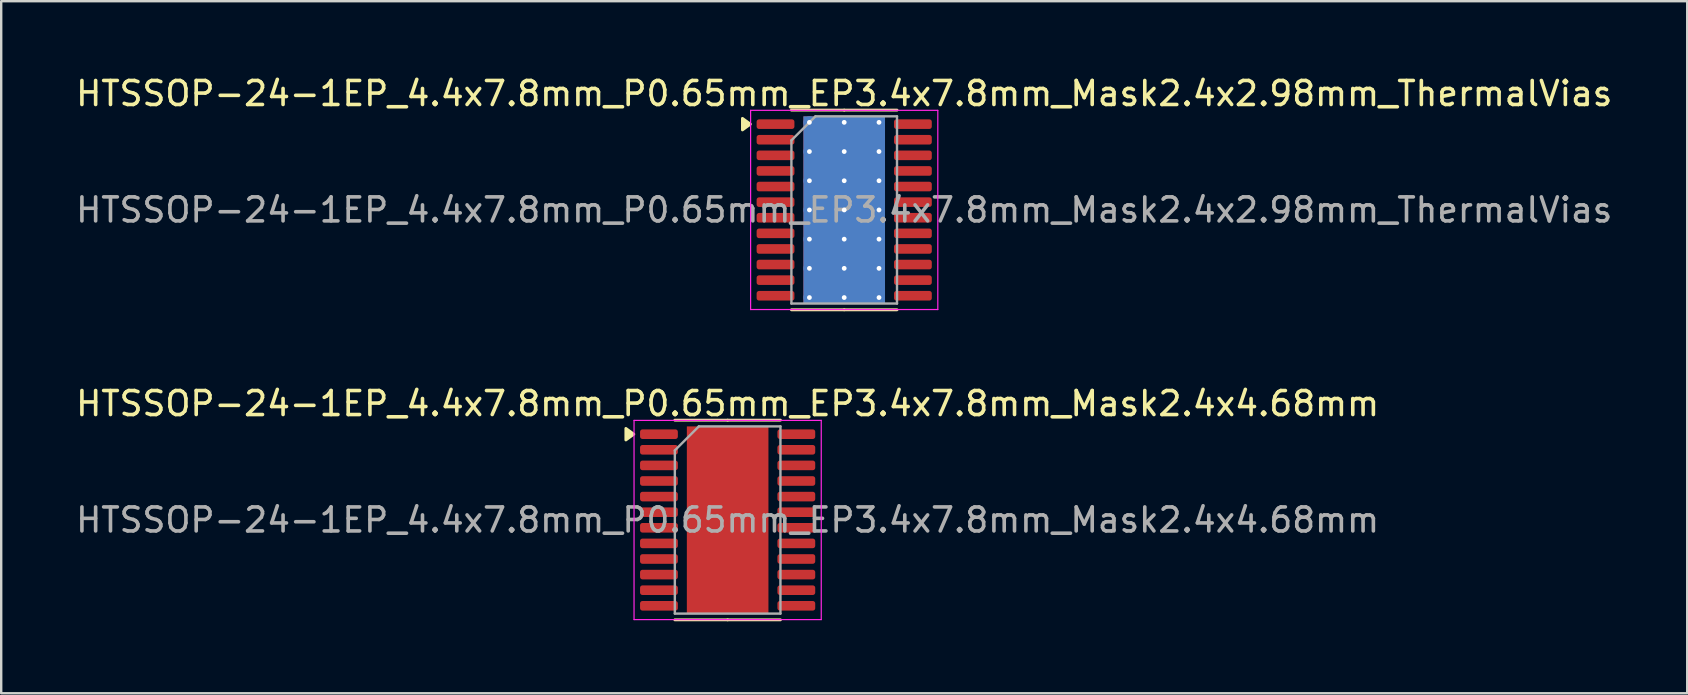
<source format=kicad_pcb>
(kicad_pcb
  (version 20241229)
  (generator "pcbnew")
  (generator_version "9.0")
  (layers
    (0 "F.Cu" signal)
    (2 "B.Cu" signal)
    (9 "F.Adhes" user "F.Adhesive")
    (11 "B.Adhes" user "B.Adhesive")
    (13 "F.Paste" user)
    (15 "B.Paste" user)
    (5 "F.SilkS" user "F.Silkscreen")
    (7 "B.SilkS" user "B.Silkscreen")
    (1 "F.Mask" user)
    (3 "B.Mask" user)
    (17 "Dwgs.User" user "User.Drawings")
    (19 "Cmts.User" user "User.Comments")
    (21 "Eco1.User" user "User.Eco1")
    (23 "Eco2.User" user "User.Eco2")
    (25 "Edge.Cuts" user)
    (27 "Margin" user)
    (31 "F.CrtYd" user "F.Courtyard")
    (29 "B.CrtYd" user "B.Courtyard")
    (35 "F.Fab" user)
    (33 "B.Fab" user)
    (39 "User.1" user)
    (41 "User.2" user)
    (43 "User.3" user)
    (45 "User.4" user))
  (footprint "HTSSOP-24-1EP_4.4x7.8mm_P0.65mm_EP3.4x7.8mm_Mask2.4x2.98mm_ThermalVias"
    (layer "F.Cu")
    (at 32.125 5.698)
    (property "Reference" "HTSSOP-24-1EP_4.4x7.8mm_P0.65mm_EP3.4x7.8mm_Mask2.4x2.98mm_ThermalVias" (at 0 -4.85 0) (layer "F.SilkS") (effects (font (size 1 1) (thickness 0.15))))
    (attr smd)
    (fp_line (start 0 -4.16) (end -2.2 -4.16) (stroke (width 0.12) (type solid)) (layer "F.SilkS"))
    (fp_line (start 0 -4.16) (end 2.2 -4.16) (stroke (width 0.12) (type solid)) (layer "F.SilkS"))
    (fp_line (start 0 4.16) (end -2.2 4.16) (stroke (width 0.12) (type solid)) (layer "F.SilkS"))
    (fp_line (start 0 4.16) (end 2.2 4.16) (stroke (width 0.12) (type solid)) (layer "F.SilkS"))
    (fp_poly (pts (xy -3.91 -3.575) (xy -4.24 -3.815) (xy -4.24 -3.335) (xy -3.91 -3.575)) (stroke (width 0.12) (type solid)) (fill yes) (layer "F.SilkS"))
    (fp_line (start -3.9 -4.15) (end -3.9 4.15) (stroke (width 0.05) (type solid)) (layer "F.CrtYd"))
    (fp_line (start -3.9 4.15) (end 3.9 4.15) (stroke (width 0.05) (type solid)) (layer "F.CrtYd"))
    (fp_line (start 3.9 -4.15) (end -3.9 -4.15) (stroke (width 0.05) (type solid)) (layer "F.CrtYd"))
    (fp_line (start 3.9 4.15) (end 3.9 -4.15) (stroke (width 0.05) (type solid)) (layer "F.CrtYd"))
    (fp_line (start -2.2 -2.9) (end -1.2 -3.9) (stroke (width 0.1) (type solid)) (layer "F.Fab"))
    (fp_line (start -2.2 3.9) (end -2.2 -2.9) (stroke (width 0.1) (type solid)) (layer "F.Fab"))
    (fp_line (start -1.2 -3.9) (end 2.2 -3.9) (stroke (width 0.1) (type solid)) (layer "F.Fab"))
    (fp_line (start 2.2 -3.9) (end 2.2 3.9) (stroke (width 0.1) (type solid)) (layer "F.Fab"))
    (fp_line (start 2.2 3.9) (end -2.2 3.9) (stroke (width 0.1) (type solid)) (layer "F.Fab"))
    (fp_text user "${REFERENCE}" (at 0 0 0) (layer "F.Fab") (effects (font (size 1 1) (thickness 0.15))))
    (pad "" smd roundrect (at 0 0) (size 1.93 2.4) (layers "F.Paste") (roundrect_rratio 0.13))
    (pad "" smd rect (at 0 0) (size 2.4 2.98) (layers "F.Mask"))
    (pad "1" smd roundrect (at -2.862 -3.575) (size 1.575 0.4) (layers "F.Cu" "F.Mask" "F.Paste") (roundrect_rratio 0.25))
    (pad "2" smd roundrect (at -2.862 -2.925) (size 1.575 0.4) (layers "F.Cu" "F.Mask" "F.Paste") (roundrect_rratio 0.25))
    (pad "3" smd roundrect (at -2.862 -2.275) (size 1.575 0.4) (layers "F.Cu" "F.Mask" "F.Paste") (roundrect_rratio 0.25))
    (pad "4" smd roundrect (at -2.862 -1.625) (size 1.575 0.4) (layers "F.Cu" "F.Mask" "F.Paste") (roundrect_rratio 0.25))
    (pad "5" smd roundrect (at -2.862 -0.975) (size 1.575 0.4) (layers "F.Cu" "F.Mask" "F.Paste") (roundrect_rratio 0.25))
    (pad "6" smd roundrect (at -2.862 -0.325) (size 1.575 0.4) (layers "F.Cu" "F.Mask" "F.Paste") (roundrect_rratio 0.25))
    (pad "7" smd roundrect (at -2.862 0.325) (size 1.575 0.4) (layers "F.Cu" "F.Mask" "F.Paste") (roundrect_rratio 0.25))
    (pad "8" smd roundrect (at -2.862 0.975) (size 1.575 0.4) (layers "F.Cu" "F.Mask" "F.Paste") (roundrect_rratio 0.25))
    (pad "9" smd roundrect (at -2.862 1.625) (size 1.575 0.4) (layers "F.Cu" "F.Mask" "F.Paste") (roundrect_rratio 0.25))
    (pad "10" smd roundrect (at -2.862 2.275) (size 1.575 0.4) (layers "F.Cu" "F.Mask" "F.Paste") (roundrect_rratio 0.25))
    (pad "11" smd roundrect (at -2.862 2.925) (size 1.575 0.4) (layers "F.Cu" "F.Mask" "F.Paste") (roundrect_rratio 0.25))
    (pad "12" smd roundrect (at -2.862 3.575) (size 1.575 0.4) (layers "F.Cu" "F.Mask" "F.Paste") (roundrect_rratio 0.25))
    (pad "13" smd roundrect (at 2.862 3.575) (size 1.575 0.4) (layers "F.Cu" "F.Mask" "F.Paste") (roundrect_rratio 0.25))
    (pad "14" smd roundrect (at 2.862 2.925) (size 1.575 0.4) (layers "F.Cu" "F.Mask" "F.Paste") (roundrect_rratio 0.25))
    (pad "15" smd roundrect (at 2.862 2.275) (size 1.575 0.4) (layers "F.Cu" "F.Mask" "F.Paste") (roundrect_rratio 0.25))
    (pad "16" smd roundrect (at 2.862 1.625) (size 1.575 0.4) (layers "F.Cu" "F.Mask" "F.Paste") (roundrect_rratio 0.25))
    (pad "17" smd roundrect (at 2.862 0.975) (size 1.575 0.4) (layers "F.Cu" "F.Mask" "F.Paste") (roundrect_rratio 0.25))
    (pad "18" smd roundrect (at 2.862 0.325) (size 1.575 0.4) (layers "F.Cu" "F.Mask" "F.Paste") (roundrect_rratio 0.25))
    (pad "19" smd roundrect (at 2.862 -0.325) (size 1.575 0.4) (layers "F.Cu" "F.Mask" "F.Paste") (roundrect_rratio 0.25))
    (pad "20" smd roundrect (at 2.862 -0.975) (size 1.575 0.4) (layers "F.Cu" "F.Mask" "F.Paste") (roundrect_rratio 0.25))
    (pad "21" smd roundrect (at 2.862 -1.625) (size 1.575 0.4) (layers "F.Cu" "F.Mask" "F.Paste") (roundrect_rratio 0.25))
    (pad "22" smd roundrect (at 2.862 -2.275) (size 1.575 0.4) (layers "F.Cu" "F.Mask" "F.Paste") (roundrect_rratio 0.25))
    (pad "23" smd roundrect (at 2.862 -2.925) (size 1.575 0.4) (layers "F.Cu" "F.Mask" "F.Paste") (roundrect_rratio 0.25))
    (pad "24" smd roundrect (at 2.862 -3.575) (size 1.575 0.4) (layers "F.Cu" "F.Mask" "F.Paste") (roundrect_rratio 0.25))
    (pad "25" thru_hole circle (at -1.45 -3.65) (size 0.5 0.5) (drill 0.2) (property pad_prop_heatsink) (layers "*.Cu"))
    (pad "25" thru_hole circle (at -1.45 -2.433) (size 0.5 0.5) (drill 0.2) (property pad_prop_heatsink) (layers "*.Cu"))
    (pad "25" thru_hole circle (at -1.45 -1.217) (size 0.5 0.5) (drill 0.2) (property pad_prop_heatsink) (layers "*.Cu"))
    (pad "25" thru_hole circle (at -1.45 0) (size 0.5 0.5) (drill 0.2) (property pad_prop_heatsink) (layers "*.Cu"))
    (pad "25" thru_hole circle (at -1.45 1.217) (size 0.5 0.5) (drill 0.2) (property pad_prop_heatsink) (layers "*.Cu"))
    (pad "25" thru_hole circle (at -1.45 2.433) (size 0.5 0.5) (drill 0.2) (property pad_prop_heatsink) (layers "*.Cu"))
    (pad "25" thru_hole circle (at -1.45 3.65) (size 0.5 0.5) (drill 0.2) (property pad_prop_heatsink) (layers "*.Cu"))
    (pad "25" thru_hole circle (at 0 -3.65) (size 0.5 0.5) (drill 0.2) (property pad_prop_heatsink) (layers "*.Cu"))
    (pad "25" thru_hole circle (at 0 -2.433) (size 0.5 0.5) (drill 0.2) (property pad_prop_heatsink) (layers "*.Cu"))
    (pad "25" thru_hole circle (at 0 -1.217) (size 0.5 0.5) (drill 0.2) (property pad_prop_heatsink) (layers "*.Cu"))
    (pad "25" thru_hole circle (at 0 0) (size 0.5 0.5) (drill 0.2) (property pad_prop_heatsink) (layers "*.Cu"))
    (pad "25" smd rect (at 0 0) (size 3.4 7.8) (property pad_prop_heatsink) (layers "F.Cu"))
    (pad "25" smd rect (at 0 0) (size 3.4 7.8) (property pad_prop_heatsink) (layers "B.Cu"))
    (pad "25" thru_hole circle (at 0 1.217) (size 0.5 0.5) (drill 0.2) (property pad_prop_heatsink) (layers "*.Cu"))
    (pad "25" thru_hole circle (at 0 2.433) (size 0.5 0.5) (drill 0.2) (property pad_prop_heatsink) (layers "*.Cu"))
    (pad "25" thru_hole circle (at 0 3.65) (size 0.5 0.5) (drill 0.2) (property pad_prop_heatsink) (layers "*.Cu"))
    (pad "25" thru_hole circle (at 1.45 -3.65) (size 0.5 0.5) (drill 0.2) (property pad_prop_heatsink) (layers "*.Cu"))
    (pad "25" thru_hole circle (at 1.45 -2.433) (size 0.5 0.5) (drill 0.2) (property pad_prop_heatsink) (layers "*.Cu"))
    (pad "25" thru_hole circle (at 1.45 -1.217) (size 0.5 0.5) (drill 0.2) (property pad_prop_heatsink) (layers "*.Cu"))
    (pad "25" thru_hole circle (at 1.45 0) (size 0.5 0.5) (drill 0.2) (property pad_prop_heatsink) (layers "*.Cu"))
    (pad "25" thru_hole circle (at 1.45 1.217) (size 0.5 0.5) (drill 0.2) (property pad_prop_heatsink) (layers "*.Cu"))
    (pad "25" thru_hole circle (at 1.45 2.433) (size 0.5 0.5) (drill 0.2) (property pad_prop_heatsink) (layers "*.Cu"))
    (pad "25" thru_hole circle (at 1.45 3.65) (size 0.5 0.5) (drill 0.2) (property pad_prop_heatsink) (layers "*.Cu")))
  (footprint "HTSSOP-24-1EP_4.4x7.8mm_P0.65mm_EP3.4x7.8mm_Mask2.4x4.68mm"
    (layer "F.Cu")
    (at 27.268 18.616)
    (property "Reference" "HTSSOP-24-1EP_4.4x7.8mm_P0.65mm_EP3.4x7.8mm_Mask2.4x4.68mm" (at 0 -4.85 0) (layer "F.SilkS") (effects (font (size 1 1) (thickness 0.15))))
    (attr smd)
    (fp_line (start 0 -4.16) (end -2.2 -4.16) (stroke (width 0.12) (type solid)) (layer "F.SilkS"))
    (fp_line (start 0 -4.16) (end 2.2 -4.16) (stroke (width 0.12) (type solid)) (layer "F.SilkS"))
    (fp_line (start 0 4.16) (end -2.2 4.16) (stroke (width 0.12) (type solid)) (layer "F.SilkS"))
    (fp_line (start 0 4.16) (end 2.2 4.16) (stroke (width 0.12) (type solid)) (layer "F.SilkS"))
    (fp_poly (pts (xy -3.91 -3.575) (xy -4.24 -3.815) (xy -4.24 -3.335) (xy -3.91 -3.575)) (stroke (width 0.12) (type solid)) (fill yes) (layer "F.SilkS"))
    (fp_line (start -3.9 -4.15) (end -3.9 4.15) (stroke (width 0.05) (type solid)) (layer "F.CrtYd"))
    (fp_line (start -3.9 4.15) (end 3.9 4.15) (stroke (width 0.05) (type solid)) (layer "F.CrtYd"))
    (fp_line (start 3.9 -4.15) (end -3.9 -4.15) (stroke (width 0.05) (type solid)) (layer "F.CrtYd"))
    (fp_line (start 3.9 4.15) (end 3.9 -4.15) (stroke (width 0.05) (type solid)) (layer "F.CrtYd"))
    (fp_line (start -2.2 -2.9) (end -1.2 -3.9) (stroke (width 0.1) (type solid)) (layer "F.Fab"))
    (fp_line (start -2.2 3.9) (end -2.2 -2.9) (stroke (width 0.1) (type solid)) (layer "F.Fab"))
    (fp_line (start -1.2 -3.9) (end 2.2 -3.9) (stroke (width 0.1) (type solid)) (layer "F.Fab"))
    (fp_line (start 2.2 -3.9) (end 2.2 3.9) (stroke (width 0.1) (type solid)) (layer "F.Fab"))
    (fp_line (start 2.2 3.9) (end -2.2 3.9) (stroke (width 0.1) (type solid)) (layer "F.Fab"))
    (fp_text user "${REFERENCE}" (at 0 0 0) (layer "F.Fab") (effects (font (size 1 1) (thickness 0.15))))
    (pad "" smd roundrect (at 0 -1.17) (size 1.93 1.89) (layers "F.Paste") (roundrect_rratio 0.132))
    (pad "" smd rect (at 0 0) (size 2.4 4.68) (layers "F.Mask"))
    (pad "" smd roundrect (at 0 1.17) (size 1.93 1.89) (layers "F.Paste") (roundrect_rratio 0.132))
    (pad "1" smd roundrect (at -2.862 -3.575) (size 1.575 0.4) (layers "F.Cu" "F.Mask" "F.Paste") (roundrect_rratio 0.25))
    (pad "2" smd roundrect (at -2.862 -2.925) (size 1.575 0.4) (layers "F.Cu" "F.Mask" "F.Paste") (roundrect_rratio 0.25))
    (pad "3" smd roundrect (at -2.862 -2.275) (size 1.575 0.4) (layers "F.Cu" "F.Mask" "F.Paste") (roundrect_rratio 0.25))
    (pad "4" smd roundrect (at -2.862 -1.625) (size 1.575 0.4) (layers "F.Cu" "F.Mask" "F.Paste") (roundrect_rratio 0.25))
    (pad "5" smd roundrect (at -2.862 -0.975) (size 1.575 0.4) (layers "F.Cu" "F.Mask" "F.Paste") (roundrect_rratio 0.25))
    (pad "6" smd roundrect (at -2.862 -0.325) (size 1.575 0.4) (layers "F.Cu" "F.Mask" "F.Paste") (roundrect_rratio 0.25))
    (pad "7" smd roundrect (at -2.862 0.325) (size 1.575 0.4) (layers "F.Cu" "F.Mask" "F.Paste") (roundrect_rratio 0.25))
    (pad "8" smd roundrect (at -2.862 0.975) (size 1.575 0.4) (layers "F.Cu" "F.Mask" "F.Paste") (roundrect_rratio 0.25))
    (pad "9" smd roundrect (at -2.862 1.625) (size 1.575 0.4) (layers "F.Cu" "F.Mask" "F.Paste") (roundrect_rratio 0.25))
    (pad "10" smd roundrect (at -2.862 2.275) (size 1.575 0.4) (layers "F.Cu" "F.Mask" "F.Paste") (roundrect_rratio 0.25))
    (pad "11" smd roundrect (at -2.862 2.925) (size 1.575 0.4) (layers "F.Cu" "F.Mask" "F.Paste") (roundrect_rratio 0.25))
    (pad "12" smd roundrect (at -2.862 3.575) (size 1.575 0.4) (layers "F.Cu" "F.Mask" "F.Paste") (roundrect_rratio 0.25))
    (pad "13" smd roundrect (at 2.862 3.575) (size 1.575 0.4) (layers "F.Cu" "F.Mask" "F.Paste") (roundrect_rratio 0.25))
    (pad "14" smd roundrect (at 2.862 2.925) (size 1.575 0.4) (layers "F.Cu" "F.Mask" "F.Paste") (roundrect_rratio 0.25))
    (pad "15" smd roundrect (at 2.862 2.275) (size 1.575 0.4) (layers "F.Cu" "F.Mask" "F.Paste") (roundrect_rratio 0.25))
    (pad "16" smd roundrect (at 2.862 1.625) (size 1.575 0.4) (layers "F.Cu" "F.Mask" "F.Paste") (roundrect_rratio 0.25))
    (pad "17" smd roundrect (at 2.862 0.975) (size 1.575 0.4) (layers "F.Cu" "F.Mask" "F.Paste") (roundrect_rratio 0.25))
    (pad "18" smd roundrect (at 2.862 0.325) (size 1.575 0.4) (layers "F.Cu" "F.Mask" "F.Paste") (roundrect_rratio 0.25))
    (pad "19" smd roundrect (at 2.862 -0.325) (size 1.575 0.4) (layers "F.Cu" "F.Mask" "F.Paste") (roundrect_rratio 0.25))
    (pad "20" smd roundrect (at 2.862 -0.975) (size 1.575 0.4) (layers "F.Cu" "F.Mask" "F.Paste") (roundrect_rratio 0.25))
    (pad "21" smd roundrect (at 2.862 -1.625) (size 1.575 0.4) (layers "F.Cu" "F.Mask" "F.Paste") (roundrect_rratio 0.25))
    (pad "22" smd roundrect (at 2.862 -2.275) (size 1.575 0.4) (layers "F.Cu" "F.Mask" "F.Paste") (roundrect_rratio 0.25))
    (pad "23" smd roundrect (at 2.862 -2.925) (size 1.575 0.4) (layers "F.Cu" "F.Mask" "F.Paste") (roundrect_rratio 0.25))
    (pad "24" smd roundrect (at 2.862 -3.575) (size 1.575 0.4) (layers "F.Cu" "F.Mask" "F.Paste") (roundrect_rratio 0.25))
    (pad "25" smd rect (at 0 0) (size 3.4 7.8) (property pad_prop_heatsink) (layers "F.Cu")))
  (gr_rect
    (start -3 -3)
    (end 67.25 25.837)
    (stroke (width 0.1) (type default))
    (fill no)
    (layer "Edge.Cuts")))
</source>
